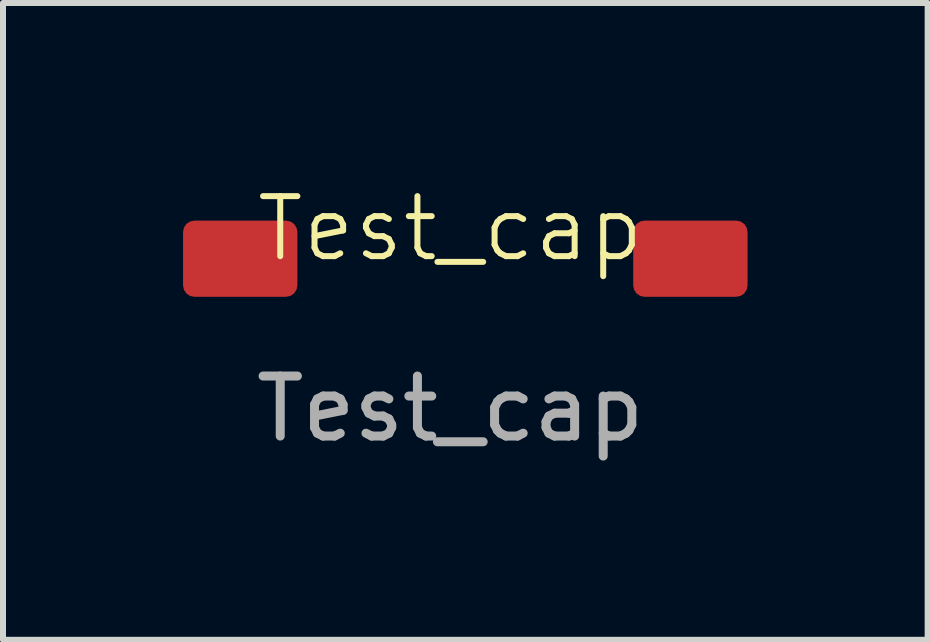
<source format=kicad_pcb>
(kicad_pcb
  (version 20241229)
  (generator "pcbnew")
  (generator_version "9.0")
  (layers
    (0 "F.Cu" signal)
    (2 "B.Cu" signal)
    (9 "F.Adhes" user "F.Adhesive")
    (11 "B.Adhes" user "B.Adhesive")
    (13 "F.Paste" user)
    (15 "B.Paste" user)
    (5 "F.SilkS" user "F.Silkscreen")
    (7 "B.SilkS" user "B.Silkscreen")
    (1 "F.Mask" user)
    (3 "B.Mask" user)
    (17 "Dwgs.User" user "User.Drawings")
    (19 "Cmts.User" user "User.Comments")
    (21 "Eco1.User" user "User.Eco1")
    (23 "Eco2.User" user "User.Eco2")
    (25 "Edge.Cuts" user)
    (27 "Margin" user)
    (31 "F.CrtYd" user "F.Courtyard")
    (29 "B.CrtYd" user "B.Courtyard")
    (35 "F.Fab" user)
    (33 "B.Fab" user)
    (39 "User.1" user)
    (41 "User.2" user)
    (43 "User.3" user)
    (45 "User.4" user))
  (footprint "Test_cap"
    (layer "F.Cu")
    (at 4.452 1.26)
    (property "Reference" "Test_cap" (at 0 -0.5 0) (unlocked yes) (layer "F.SilkS") (effects (font (size 1 1) (thickness 0.1))))
    (attr smd)
    (fp_text user "${REFERENCE}" (at 0 2.5 0) (unlocked yes) (layer "F.Fab") (effects (font (size 1 1) (thickness 0.15))))
    (pad "1" smd roundrect (at -3.5 0) (size 1.905 1.27) (layers "F.Cu" "F.Mask" "F.Paste") (roundrect_rratio 0.15))
    (pad "2" smd roundrect (at 4 0) (size 1.905 1.27) (layers "F.Cu" "F.Mask" "F.Paste") (roundrect_rratio 0.15)))
  (gr_rect
    (start -3 -3)
    (end 12.405 7.609)
    (stroke (width 0.1) (type default))
    (fill no)
    (layer "Edge.Cuts")))
</source>
